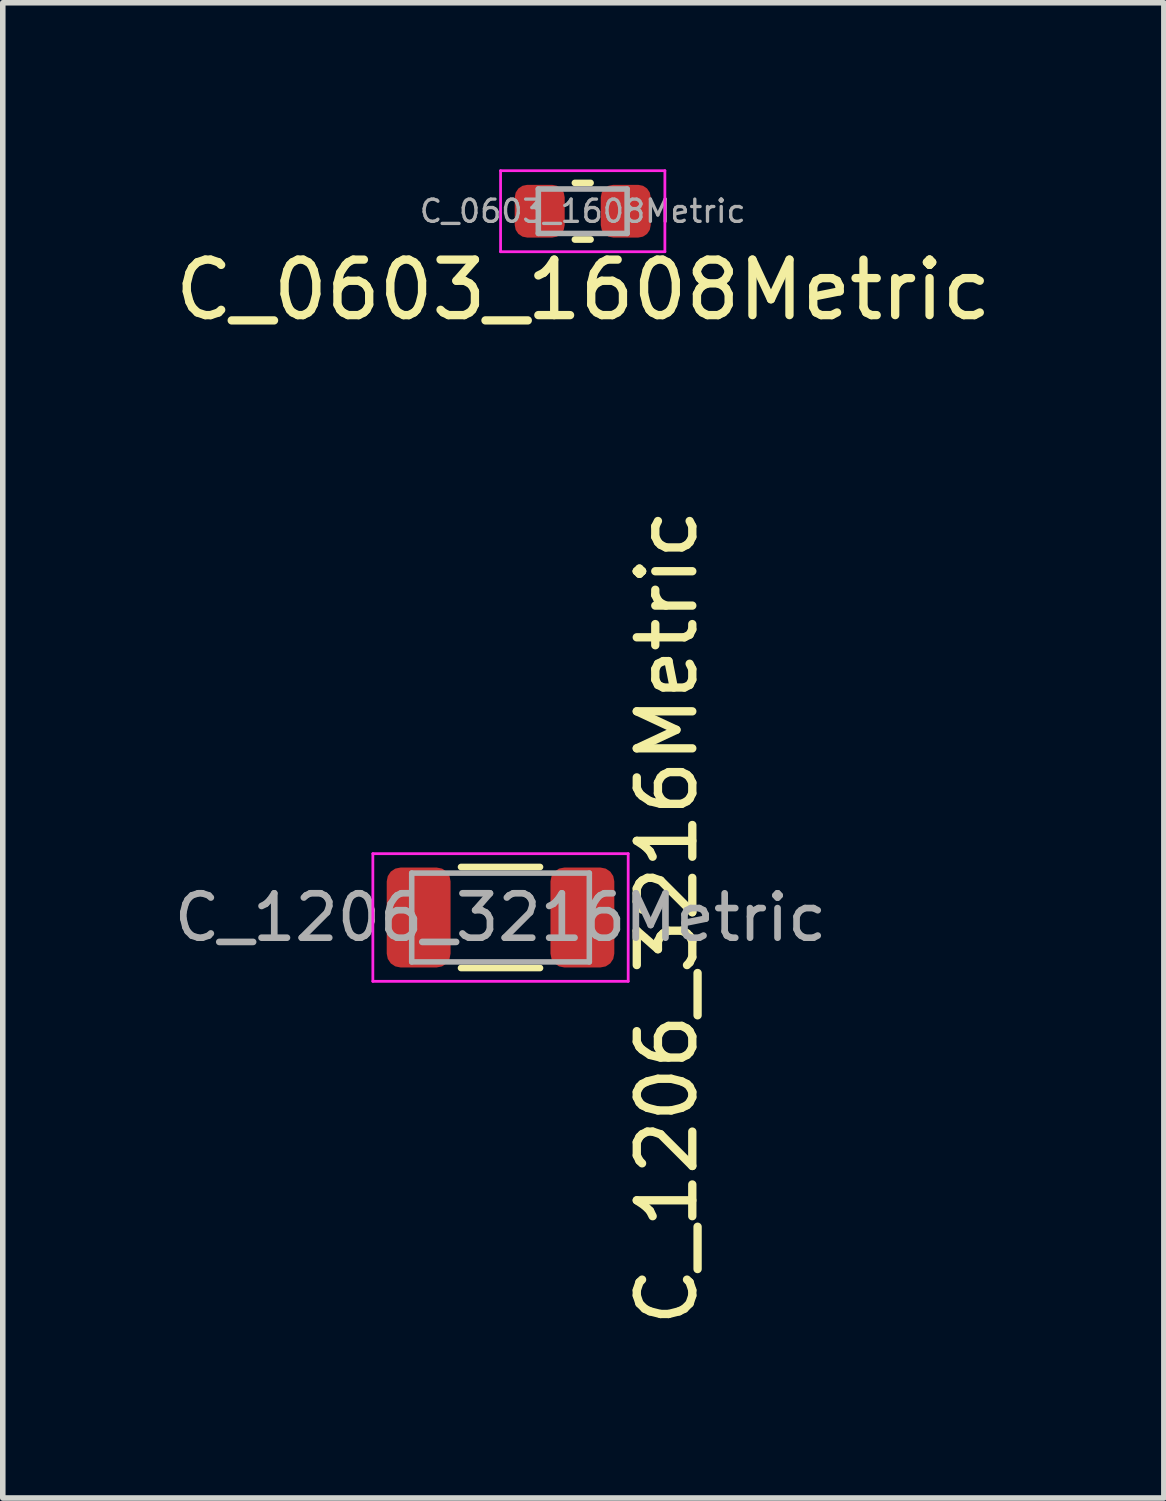
<source format=kicad_pcb>
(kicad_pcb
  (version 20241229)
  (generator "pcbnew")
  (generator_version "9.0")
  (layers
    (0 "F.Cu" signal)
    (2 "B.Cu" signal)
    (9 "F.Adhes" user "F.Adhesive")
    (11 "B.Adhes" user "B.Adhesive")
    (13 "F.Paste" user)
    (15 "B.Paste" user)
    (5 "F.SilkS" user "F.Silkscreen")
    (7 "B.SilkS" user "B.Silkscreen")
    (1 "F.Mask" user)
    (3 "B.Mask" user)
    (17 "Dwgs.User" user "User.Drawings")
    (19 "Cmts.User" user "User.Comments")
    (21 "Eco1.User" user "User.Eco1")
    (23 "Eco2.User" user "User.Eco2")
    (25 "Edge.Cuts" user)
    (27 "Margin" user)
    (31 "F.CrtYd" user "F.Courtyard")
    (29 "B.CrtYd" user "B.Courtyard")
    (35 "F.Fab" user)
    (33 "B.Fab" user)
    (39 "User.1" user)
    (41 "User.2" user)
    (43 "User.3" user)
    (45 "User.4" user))
  (footprint "C_1206_3216Metric"
    (layer "F.Cu")
    (at 5.967 13.479)
    (property "Reference" "C_1206_3216Metric" (at 3 0 270) (layer "F.SilkS") (effects (font (size 1 1) (thickness 0.15))))
    (attr smd)
    (fp_line (start -0.711 -0.91) (end 0.711 -0.91) (stroke (width 0.12) (type solid)) (layer "F.SilkS"))
    (fp_line (start -0.711 0.91) (end 0.711 0.91) (stroke (width 0.12) (type solid)) (layer "F.SilkS"))
    (fp_line (start -2.3 -1.15) (end 2.3 -1.15) (stroke (width 0.05) (type solid)) (layer "F.CrtYd"))
    (fp_line (start -2.3 1.15) (end -2.3 -1.15) (stroke (width 0.05) (type solid)) (layer "F.CrtYd"))
    (fp_line (start 2.3 -1.15) (end 2.3 1.15) (stroke (width 0.05) (type solid)) (layer "F.CrtYd"))
    (fp_line (start 2.3 1.15) (end -2.3 1.15) (stroke (width 0.05) (type solid)) (layer "F.CrtYd"))
    (fp_line (start -1.6 -0.8) (end 1.6 -0.8) (stroke (width 0.1) (type solid)) (layer "F.Fab"))
    (fp_line (start -1.6 0.8) (end -1.6 -0.8) (stroke (width 0.1) (type solid)) (layer "F.Fab"))
    (fp_line (start 1.6 -0.8) (end 1.6 0.8) (stroke (width 0.1) (type solid)) (layer "F.Fab"))
    (fp_line (start 1.6 0.8) (end -1.6 0.8) (stroke (width 0.1) (type solid)) (layer "F.Fab"))
    (fp_text user "${REFERENCE}" (at 0 0 0) (layer "F.Fab") (effects (font (size 0.8 0.8) (thickness 0.12))))
    (pad "1" smd roundrect (at -1.475 0) (size 1.15 1.8) (layers "F.Cu" "F.Mask" "F.Paste") (roundrect_rratio 0.217))
    (pad "2" smd roundrect (at 1.475 0) (size 1.15 1.8) (layers "F.Cu" "F.Mask" "F.Paste") (roundrect_rratio 0.217)))
  (footprint "C_0603_1608Metric"
    (layer "F.Cu")
    (at 7.448 0.755)
    (property "Reference" "C_0603_1608Metric" (at 0.01 1.417 0) (layer "F.SilkS") (effects (font (size 1 1) (thickness 0.15))))
    (attr smd)
    (fp_line (start -0.141 -0.51) (end 0.141 -0.51) (stroke (width 0.12) (type solid)) (layer "F.SilkS"))
    (fp_line (start -0.141 0.51) (end 0.141 0.51) (stroke (width 0.12) (type solid)) (layer "F.SilkS"))
    (fp_line (start -1.48 -0.73) (end 1.48 -0.73) (stroke (width 0.05) (type solid)) (layer "F.CrtYd"))
    (fp_line (start -1.48 0.73) (end -1.48 -0.73) (stroke (width 0.05) (type solid)) (layer "F.CrtYd"))
    (fp_line (start 1.48 -0.73) (end 1.48 0.73) (stroke (width 0.05) (type solid)) (layer "F.CrtYd"))
    (fp_line (start 1.48 0.73) (end -1.48 0.73) (stroke (width 0.05) (type solid)) (layer "F.CrtYd"))
    (fp_line (start -0.8 -0.4) (end 0.8 -0.4) (stroke (width 0.1) (type solid)) (layer "F.Fab"))
    (fp_line (start -0.8 0.4) (end -0.8 -0.4) (stroke (width 0.1) (type solid)) (layer "F.Fab"))
    (fp_line (start 0.8 -0.4) (end 0.8 0.4) (stroke (width 0.1) (type solid)) (layer "F.Fab"))
    (fp_line (start 0.8 0.4) (end -0.8 0.4) (stroke (width 0.1) (type solid)) (layer "F.Fab"))
    (fp_text user "${REFERENCE}" (at 0 0 0) (layer "F.Fab") (effects (font (size 0.4 0.4) (thickness 0.06))))
    (pad "1" smd roundrect (at -0.775 0) (size 0.9 0.95) (layers "F.Cu" "F.Mask" "F.Paste") (roundrect_rratio 0.25))
    (pad "2" smd roundrect (at 0.775 0) (size 0.9 0.95) (layers "F.Cu" "F.Mask" "F.Paste") (roundrect_rratio 0.25)))
  (gr_rect
    (start -3 -3)
    (end 17.917 23.937)
    (stroke (width 0.1) (type default))
    (fill no)
    (layer "Edge.Cuts")))
</source>
